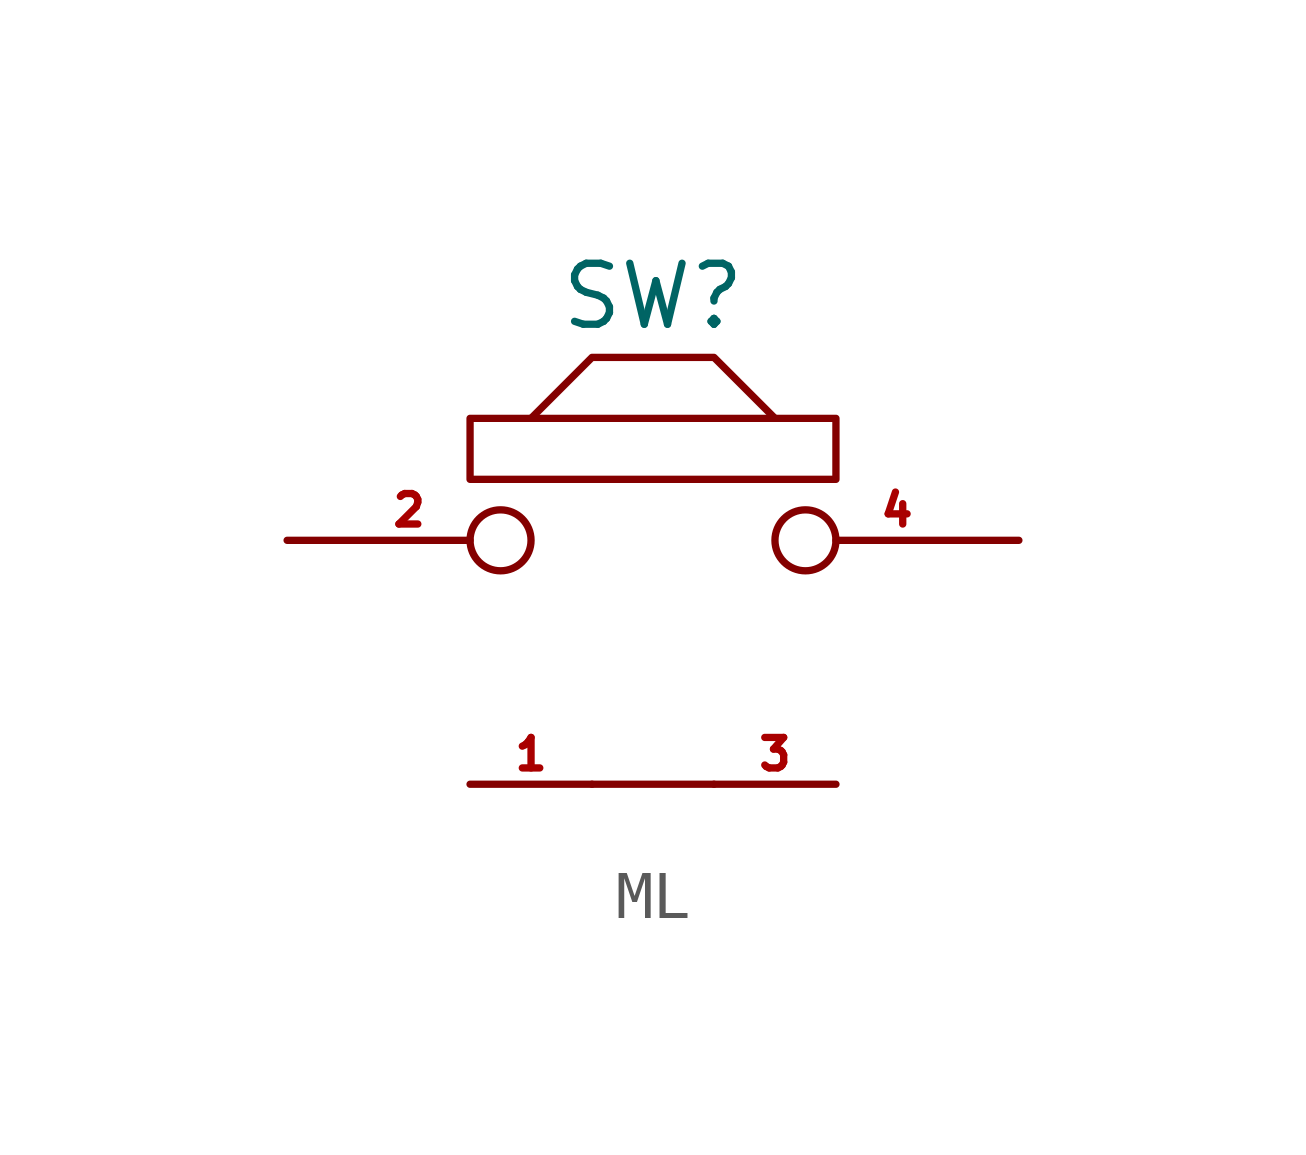
<source format=kicad_sym>
(kicad_symbol_lib
  (version 20211014)
  (generator kicad_symbol_editor)
  (symbol "ML"
    (pin_names
      (offset 1.016))
    (property "Reference" "SW"
      (at 0 5.08 0)
      (effects (font (size 1.27 1.27))))
    (symbol "ML_0_1"
      (polyline (pts (xy 1.27 -5.08) (xy -1.27 -5.08)) (stroke (width 0) (type default) (color 0 0 0 0)) (fill (type none)))
      (polyline (pts (xy -2.54 2.54) (xy -1.27 3.81) (xy 1.27 3.81) (xy 2.54 2.54)) (stroke (width 0) (type default) (color 0 0 0 0)) (fill (type none)))
      (polyline (pts (xy -3.81 1.27) (xy 3.81 1.27) (xy 3.81 2.54) (xy -3.81 2.54) (xy -3.81 1.27)) (stroke (width 0) (type default) (color 0 0 0 0)) (fill (type none))))
    (symbol "ML_1_1"
      (pin input line (at -3.81 -5.08 0) (length 2.54) (name "~" (effects (font (size 1.27 1.27)))) (number "1" (effects (font (size 0.635 0.635)))))
      (pin input inverted (at -7.62 0 0) (length 5.08) (name "~" (effects (font (size 1.27 1.27)))) (number "2" (effects (font (size 0.635 0.635)))))
      (pin input line (at 3.81 -5.08 180) (length 2.54) (name "~" (effects (font (size 1.27 1.27)))) (number "3" (effects (font (size 0.635 0.635)))))
      (pin input inverted (at 7.62 0 180) (length 5.08) (name "~" (effects (font (size 1.27 1.27)))) (number "4" (effects (font (size 0.635 0.635))))))))
</source>
